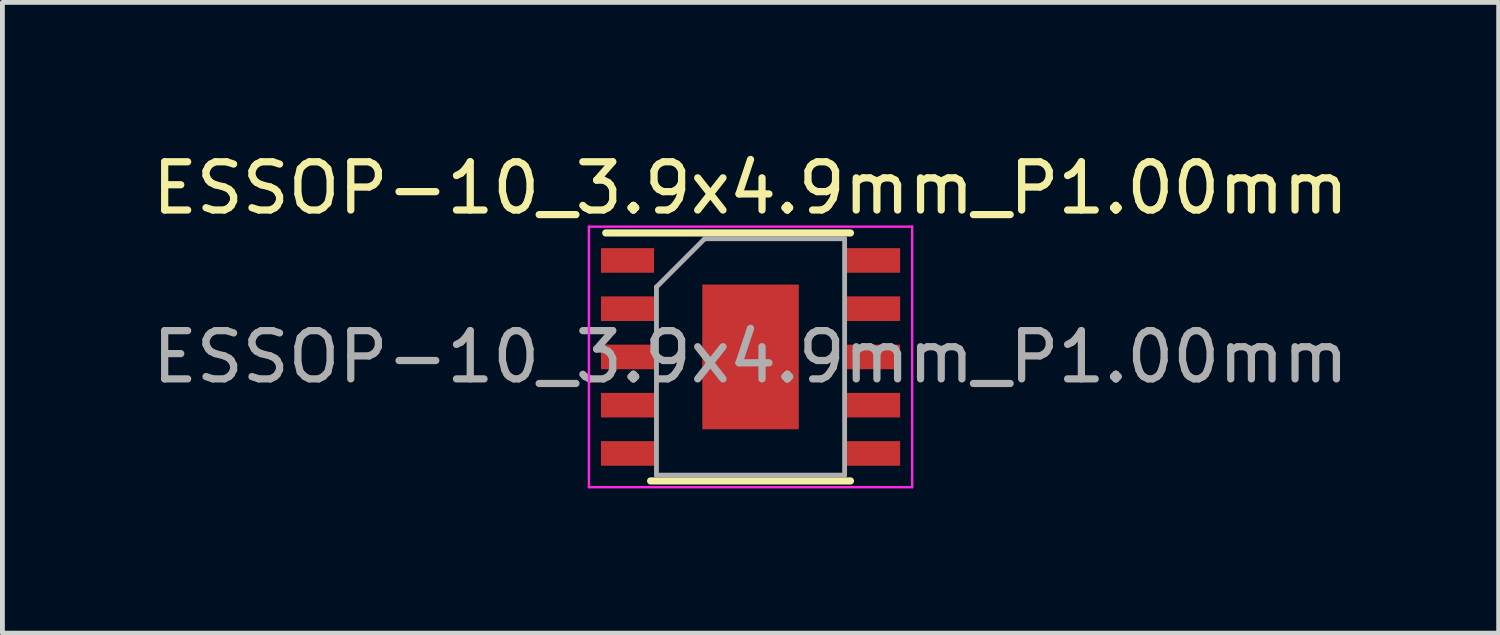
<source format=kicad_pcb>
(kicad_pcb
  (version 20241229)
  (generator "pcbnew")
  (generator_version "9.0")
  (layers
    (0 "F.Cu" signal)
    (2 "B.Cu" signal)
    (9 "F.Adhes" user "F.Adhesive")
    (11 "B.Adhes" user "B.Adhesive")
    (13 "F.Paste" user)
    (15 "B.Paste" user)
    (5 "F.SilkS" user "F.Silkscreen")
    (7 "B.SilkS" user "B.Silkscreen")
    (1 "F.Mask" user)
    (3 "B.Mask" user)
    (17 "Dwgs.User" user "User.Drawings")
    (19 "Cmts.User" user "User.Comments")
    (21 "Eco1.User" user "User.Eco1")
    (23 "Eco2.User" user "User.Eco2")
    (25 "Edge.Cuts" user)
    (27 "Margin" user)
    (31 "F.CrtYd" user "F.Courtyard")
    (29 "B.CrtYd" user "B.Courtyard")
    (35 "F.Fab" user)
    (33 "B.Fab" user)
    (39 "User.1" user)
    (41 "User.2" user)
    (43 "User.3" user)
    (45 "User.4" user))
  (footprint "ESSOP-10_3.9x4.9mm_P1.00mm"
    (layer "F.Cu")
    (at 12.506 4.348)
    (property "Reference" "ESSOP-10_3.9x4.9mm_P1.00mm" (at 0 -3.5 0) (layer "F.SilkS") (effects (font (size 1 1) (thickness 0.15))))
    (attr smd)
    (fp_line (start -3 -2.57) (end 2.07 -2.57) (stroke (width 0.15) (type solid)) (layer "F.SilkS"))
    (fp_line (start -2.07 2.57) (end 2.07 2.57) (stroke (width 0.15) (type solid)) (layer "F.SilkS"))
    (fp_line (start -3.35 -2.7) (end -3.35 2.7) (stroke (width 0.05) (type solid)) (layer "F.CrtYd"))
    (fp_line (start -3.35 -2.7) (end 3.35 -2.7) (stroke (width 0.05) (type solid)) (layer "F.CrtYd"))
    (fp_line (start -3.35 2.7) (end 3.35 2.7) (stroke (width 0.05) (type solid)) (layer "F.CrtYd"))
    (fp_line (start 3.35 -2.7) (end 3.35 2.7) (stroke (width 0.05) (type solid)) (layer "F.CrtYd"))
    (fp_line (start -1.95 -1.45) (end -0.95 -2.45) (stroke (width 0.1) (type solid)) (layer "F.Fab"))
    (fp_line (start -1.95 2.45) (end -1.95 -1.45) (stroke (width 0.1) (type solid)) (layer "F.Fab"))
    (fp_line (start -0.95 -2.45) (end 1.95 -2.45) (stroke (width 0.1) (type solid)) (layer "F.Fab"))
    (fp_line (start 1.95 -2.45) (end 1.95 2.45) (stroke (width 0.1) (type solid)) (layer "F.Fab"))
    (fp_line (start 1.95 2.45) (end -1.95 2.45) (stroke (width 0.1) (type solid)) (layer "F.Fab"))
    (fp_text user "${REFERENCE}" (at 0 0 0) (layer "F.Fab") (effects (font (size 1 1) (thickness 0.15))))
    (pad "0" smd rect (at 0 0) (size 2 3) (layers "F.Cu" "F.Mask" "F.Paste"))
    (pad "1" smd rect (at -2.55 -2) (size 1.1 0.51) (layers "F.Cu" "F.Mask" "F.Paste"))
    (pad "2" smd rect (at -2.55 -1) (size 1.1 0.51) (layers "F.Cu" "F.Mask" "F.Paste"))
    (pad "3" smd rect (at -2.55 0) (size 1.1 0.51) (layers "F.Cu" "F.Mask" "F.Paste"))
    (pad "4" smd rect (at -2.55 1) (size 1.1 0.51) (layers "F.Cu" "F.Mask" "F.Paste"))
    (pad "5" smd rect (at -2.55 2) (size 1.1 0.51) (layers "F.Cu" "F.Mask" "F.Paste"))
    (pad "6" smd rect (at 2.55 2) (size 1.1 0.51) (layers "F.Cu" "F.Mask" "F.Paste"))
    (pad "7" smd rect (at 2.55 1) (size 1.1 0.51) (layers "F.Cu" "F.Mask" "F.Paste"))
    (pad "8" smd rect (at 2.55 0) (size 1.1 0.51) (layers "F.Cu" "F.Mask" "F.Paste"))
    (pad "9" smd rect (at 2.55 -1) (size 1.1 0.51) (layers "F.Cu" "F.Mask" "F.Paste"))
    (pad "10" smd rect (at 2.55 -2) (size 1.1 0.51) (layers "F.Cu" "F.Mask" "F.Paste")))
  (gr_rect
    (start -3 -3)
    (end 28.012 10.073)
    (stroke (width 0.1) (type default))
    (fill no)
    (layer "Edge.Cuts")))
</source>
